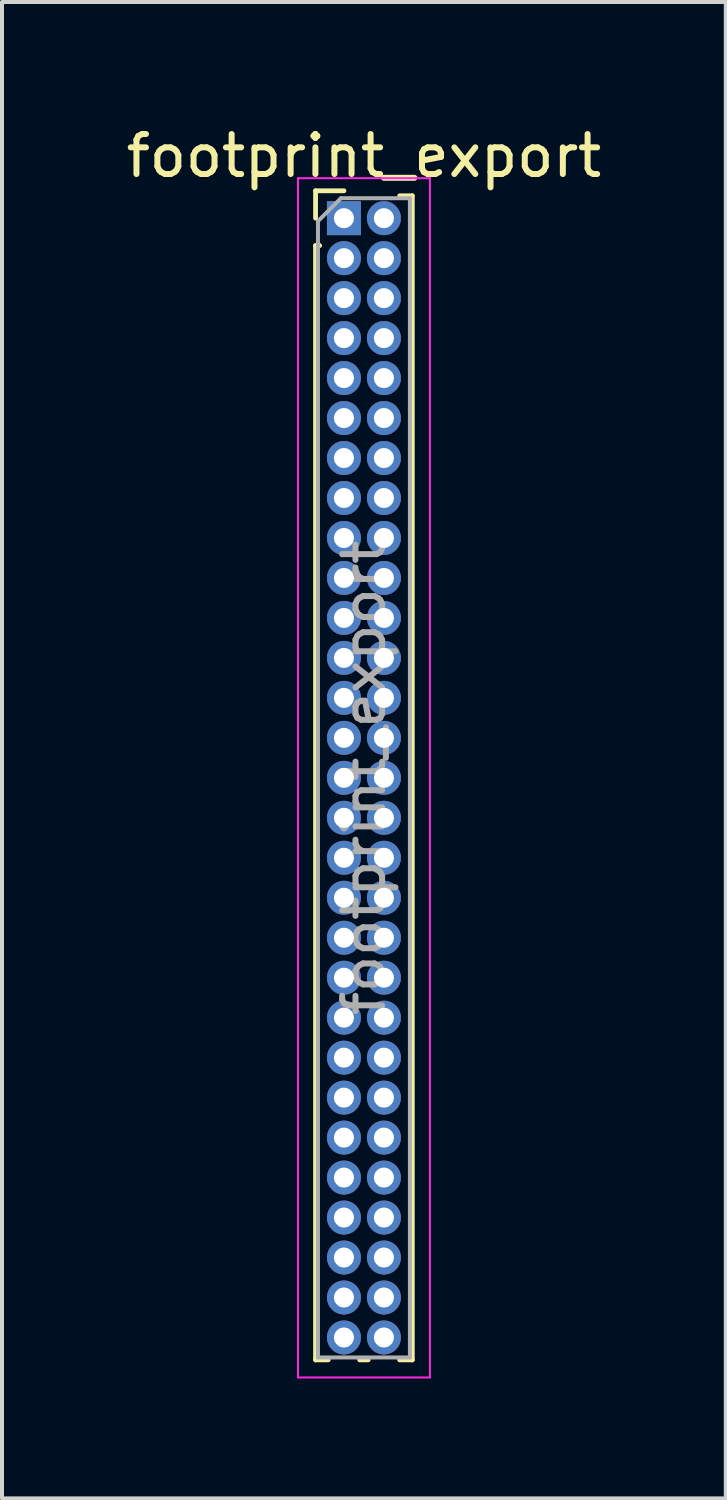
<source format=kicad_pcb>
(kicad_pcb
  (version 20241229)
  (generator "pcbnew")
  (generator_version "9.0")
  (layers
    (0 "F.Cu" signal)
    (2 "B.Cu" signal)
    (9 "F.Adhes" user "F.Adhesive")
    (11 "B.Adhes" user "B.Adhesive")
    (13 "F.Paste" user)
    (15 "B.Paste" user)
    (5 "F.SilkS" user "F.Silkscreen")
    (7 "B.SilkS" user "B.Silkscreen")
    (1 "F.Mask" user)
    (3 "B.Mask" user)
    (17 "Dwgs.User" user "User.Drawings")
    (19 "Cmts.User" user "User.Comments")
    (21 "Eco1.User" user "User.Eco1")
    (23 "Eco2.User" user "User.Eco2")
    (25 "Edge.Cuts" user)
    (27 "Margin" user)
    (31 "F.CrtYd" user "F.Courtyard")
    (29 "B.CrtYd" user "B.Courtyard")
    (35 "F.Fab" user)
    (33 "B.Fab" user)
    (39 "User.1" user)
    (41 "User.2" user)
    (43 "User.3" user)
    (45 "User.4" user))
  (footprint "footprint_export"
    (layer "F.Cu")
    (at 5.554 2.408)
    (property "Reference" "footprint_export" (at 0.5 -1.56 0) (layer "F.SilkS") (effects (font (size 1 1) (thickness 0.15))))
    (attr through_hole)
    (fp_line (start -0.71 -0.685) (end 0 -0.685) (stroke (width 0.12) (type solid)) (layer "F.SilkS"))
    (fp_line (start -0.71 0) (end -0.71 -0.685) (stroke (width 0.12) (type solid)) (layer "F.SilkS"))
    (fp_line (start -0.71 0.685) (end -0.71 28.56) (stroke (width 0.12) (type solid)) (layer "F.SilkS"))
    (fp_line (start -0.71 0.685) (end -0.608 0.685) (stroke (width 0.12) (type solid)) (layer "F.SilkS"))
    (fp_line (start -0.71 28.56) (end -0.394 28.56) (stroke (width 0.12) (type solid)) (layer "F.SilkS"))
    (fp_line (start 0.394 28.56) (end 0.606 28.56) (stroke (width 0.12) (type solid)) (layer "F.SilkS"))
    (fp_line (start 1.394 -0.56) (end 1.71 -0.56) (stroke (width 0.12) (type solid)) (layer "F.SilkS"))
    (fp_line (start 1.394 28.56) (end 1.71 28.56) (stroke (width 0.12) (type solid)) (layer "F.SilkS"))
    (fp_line (start 1.71 -0.56) (end 1.71 28.56) (stroke (width 0.12) (type solid)) (layer "F.SilkS"))
    (fp_line (start -1.15 -1) (end -1.15 29) (stroke (width 0.05) (type solid)) (layer "F.CrtYd"))
    (fp_line (start -1.15 29) (end 2.15 29) (stroke (width 0.05) (type solid)) (layer "F.CrtYd"))
    (fp_line (start 2.15 -1) (end -1.15 -1) (stroke (width 0.05) (type solid)) (layer "F.CrtYd"))
    (fp_line (start 2.15 29) (end 2.15 -1) (stroke (width 0.05) (type solid)) (layer "F.CrtYd"))
    (fp_line (start -0.65 0.075) (end -0.075 -0.5) (stroke (width 0.1) (type solid)) (layer "F.Fab"))
    (fp_line (start -0.65 28.5) (end -0.65 0.075) (stroke (width 0.1) (type solid)) (layer "F.Fab"))
    (fp_line (start -0.075 -0.5) (end 1.65 -0.5) (stroke (width 0.1) (type solid)) (layer "F.Fab"))
    (fp_line (start 1.65 -0.5) (end 1.65 28.5) (stroke (width 0.1) (type solid)) (layer "F.Fab"))
    (fp_line (start 1.65 28.5) (end -0.65 28.5) (stroke (width 0.1) (type solid)) (layer "F.Fab"))
    (fp_text user "${REFERENCE}" (at 0.5 14 90) (layer "F.Fab") (effects (font (size 1 1) (thickness 0.15))))
    (pad "1" thru_hole rect (at 0 0) (size 0.85 0.85) (drill 0.5) (layers "*.Cu" "*.Mask"))
    (pad "2" thru_hole oval (at 1 0) (size 0.85 0.85) (drill 0.5) (layers "*.Cu" "*.Mask"))
    (pad "3" thru_hole oval (at 0 1) (size 0.85 0.85) (drill 0.5) (layers "*.Cu" "*.Mask"))
    (pad "4" thru_hole oval (at 1 1) (size 0.85 0.85) (drill 0.5) (layers "*.Cu" "*.Mask"))
    (pad "5" thru_hole oval (at 0 2) (size 0.85 0.85) (drill 0.5) (layers "*.Cu" "*.Mask"))
    (pad "6" thru_hole oval (at 1 2) (size 0.85 0.85) (drill 0.5) (layers "*.Cu" "*.Mask"))
    (pad "7" thru_hole oval (at 0 3) (size 0.85 0.85) (drill 0.5) (layers "*.Cu" "*.Mask"))
    (pad "8" thru_hole oval (at 1 3) (size 0.85 0.85) (drill 0.5) (layers "*.Cu" "*.Mask"))
    (pad "9" thru_hole oval (at 0 4) (size 0.85 0.85) (drill 0.5) (layers "*.Cu" "*.Mask"))
    (pad "10" thru_hole oval (at 1 4) (size 0.85 0.85) (drill 0.5) (layers "*.Cu" "*.Mask"))
    (pad "11" thru_hole oval (at 0 5) (size 0.85 0.85) (drill 0.5) (layers "*.Cu" "*.Mask"))
    (pad "12" thru_hole oval (at 1 5) (size 0.85 0.85) (drill 0.5) (layers "*.Cu" "*.Mask"))
    (pad "13" thru_hole oval (at 0 6) (size 0.85 0.85) (drill 0.5) (layers "*.Cu" "*.Mask"))
    (pad "14" thru_hole oval (at 1 6) (size 0.85 0.85) (drill 0.5) (layers "*.Cu" "*.Mask"))
    (pad "15" thru_hole oval (at 0 7) (size 0.85 0.85) (drill 0.5) (layers "*.Cu" "*.Mask"))
    (pad "16" thru_hole oval (at 1 7) (size 0.85 0.85) (drill 0.5) (layers "*.Cu" "*.Mask"))
    (pad "17" thru_hole oval (at 0 8) (size 0.85 0.85) (drill 0.5) (layers "*.Cu" "*.Mask"))
    (pad "18" thru_hole oval (at 1 8) (size 0.85 0.85) (drill 0.5) (layers "*.Cu" "*.Mask"))
    (pad "19" thru_hole oval (at 0 9) (size 0.85 0.85) (drill 0.5) (layers "*.Cu" "*.Mask"))
    (pad "20" thru_hole oval (at 1 9) (size 0.85 0.85) (drill 0.5) (layers "*.Cu" "*.Mask"))
    (pad "21" thru_hole oval (at 0 10) (size 0.85 0.85) (drill 0.5) (layers "*.Cu" "*.Mask"))
    (pad "22" thru_hole oval (at 1 10) (size 0.85 0.85) (drill 0.5) (layers "*.Cu" "*.Mask"))
    (pad "23" thru_hole oval (at 0 11) (size 0.85 0.85) (drill 0.5) (layers "*.Cu" "*.Mask"))
    (pad "24" thru_hole oval (at 1 11) (size 0.85 0.85) (drill 0.5) (layers "*.Cu" "*.Mask"))
    (pad "25" thru_hole oval (at 0 12) (size 0.85 0.85) (drill 0.5) (layers "*.Cu" "*.Mask"))
    (pad "26" thru_hole oval (at 1 12) (size 0.85 0.85) (drill 0.5) (layers "*.Cu" "*.Mask"))
    (pad "27" thru_hole oval (at 0 13) (size 0.85 0.85) (drill 0.5) (layers "*.Cu" "*.Mask"))
    (pad "28" thru_hole oval (at 1 13) (size 0.85 0.85) (drill 0.5) (layers "*.Cu" "*.Mask"))
    (pad "29" thru_hole oval (at 0 14) (size 0.85 0.85) (drill 0.5) (layers "*.Cu" "*.Mask"))
    (pad "30" thru_hole oval (at 1 14) (size 0.85 0.85) (drill 0.5) (layers "*.Cu" "*.Mask"))
    (pad "31" thru_hole oval (at 0 15) (size 0.85 0.85) (drill 0.5) (layers "*.Cu" "*.Mask"))
    (pad "32" thru_hole oval (at 1 15) (size 0.85 0.85) (drill 0.5) (layers "*.Cu" "*.Mask"))
    (pad "33" thru_hole oval (at 0 16) (size 0.85 0.85) (drill 0.5) (layers "*.Cu" "*.Mask"))
    (pad "34" thru_hole oval (at 1 16) (size 0.85 0.85) (drill 0.5) (layers "*.Cu" "*.Mask"))
    (pad "35" thru_hole oval (at 0 17) (size 0.85 0.85) (drill 0.5) (layers "*.Cu" "*.Mask"))
    (pad "36" thru_hole oval (at 1 17) (size 0.85 0.85) (drill 0.5) (layers "*.Cu" "*.Mask"))
    (pad "37" thru_hole oval (at 0 18) (size 0.85 0.85) (drill 0.5) (layers "*.Cu" "*.Mask"))
    (pad "38" thru_hole oval (at 1 18) (size 0.85 0.85) (drill 0.5) (layers "*.Cu" "*.Mask"))
    (pad "39" thru_hole oval (at 0 19) (size 0.85 0.85) (drill 0.5) (layers "*.Cu" "*.Mask"))
    (pad "40" thru_hole oval (at 1 19) (size 0.85 0.85) (drill 0.5) (layers "*.Cu" "*.Mask"))
    (pad "41" thru_hole oval (at 0 20) (size 0.85 0.85) (drill 0.5) (layers "*.Cu" "*.Mask"))
    (pad "42" thru_hole oval (at 1 20) (size 0.85 0.85) (drill 0.5) (layers "*.Cu" "*.Mask"))
    (pad "43" thru_hole oval (at 0 21) (size 0.85 0.85) (drill 0.5) (layers "*.Cu" "*.Mask"))
    (pad "44" thru_hole oval (at 1 21) (size 0.85 0.85) (drill 0.5) (layers "*.Cu" "*.Mask"))
    (pad "45" thru_hole oval (at 0 22) (size 0.85 0.85) (drill 0.5) (layers "*.Cu" "*.Mask"))
    (pad "46" thru_hole oval (at 1 22) (size 0.85 0.85) (drill 0.5) (layers "*.Cu" "*.Mask"))
    (pad "47" thru_hole oval (at 0 23) (size 0.85 0.85) (drill 0.5) (layers "*.Cu" "*.Mask"))
    (pad "48" thru_hole oval (at 1 23) (size 0.85 0.85) (drill 0.5) (layers "*.Cu" "*.Mask"))
    (pad "49" thru_hole oval (at 0 24) (size 0.85 0.85) (drill 0.5) (layers "*.Cu" "*.Mask"))
    (pad "50" thru_hole oval (at 1 24) (size 0.85 0.85) (drill 0.5) (layers "*.Cu" "*.Mask"))
    (pad "51" thru_hole oval (at 0 25) (size 0.85 0.85) (drill 0.5) (layers "*.Cu" "*.Mask"))
    (pad "52" thru_hole oval (at 1 25) (size 0.85 0.85) (drill 0.5) (layers "*.Cu" "*.Mask"))
    (pad "53" thru_hole oval (at 0 26) (size 0.85 0.85) (drill 0.5) (layers "*.Cu" "*.Mask"))
    (pad "54" thru_hole oval (at 1 26) (size 0.85 0.85) (drill 0.5) (layers "*.Cu" "*.Mask"))
    (pad "55" thru_hole oval (at 0 27) (size 0.85 0.85) (drill 0.5) (layers "*.Cu" "*.Mask"))
    (pad "56" thru_hole oval (at 1 27) (size 0.85 0.85) (drill 0.5) (layers "*.Cu" "*.Mask"))
    (pad "57" thru_hole oval (at 0 28) (size 0.85 0.85) (drill 0.5) (layers "*.Cu" "*.Mask"))
    (pad "58" thru_hole oval (at 1 28) (size 0.85 0.85) (drill 0.5) (layers "*.Cu" "*.Mask")))
  (gr_rect
    (start -3 -3)
    (end 15.107 34.433)
    (stroke (width 0.1) (type default))
    (fill no)
    (layer "Edge.Cuts")))
</source>
